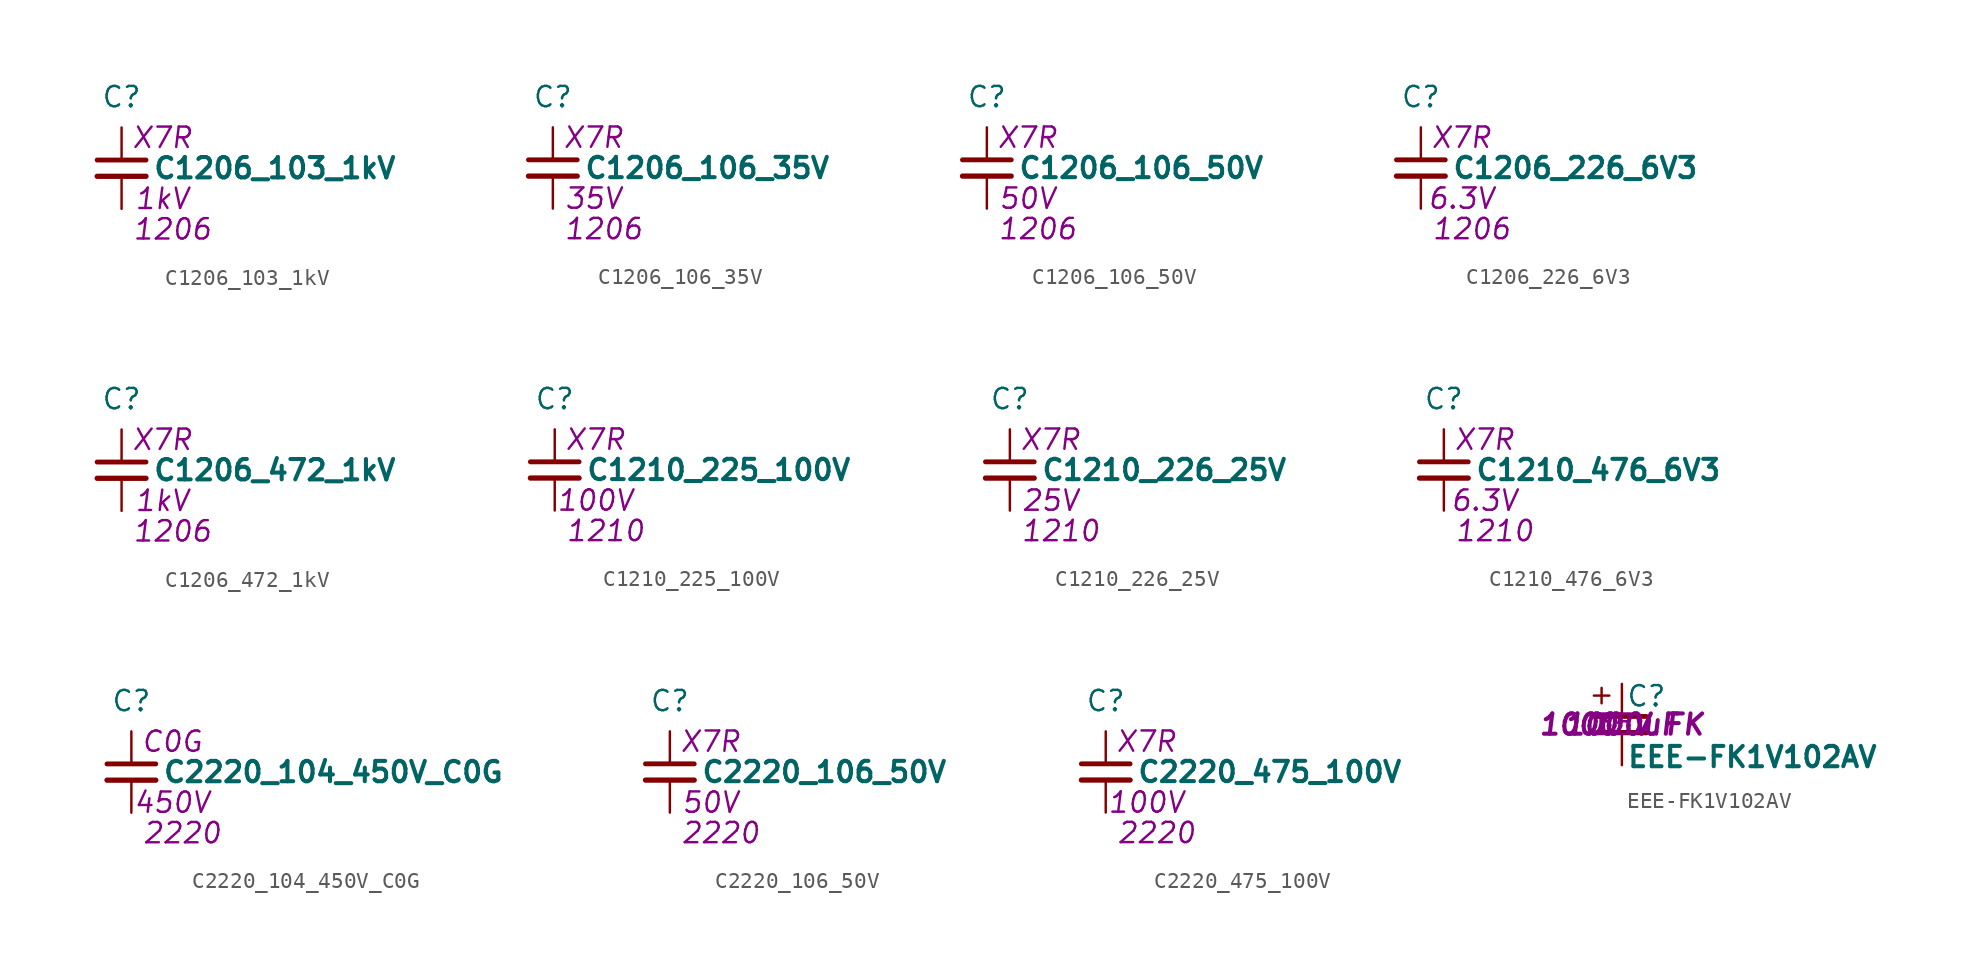
<source format=kicad_sym>
(kicad_symbol_lib
  (version 20211014)
  (generator kicad_symbol_editor)
  (symbol "C1206_103_1kV"
    (pin_numbers hide)
    (pin_names
      (offset 0.254) hide)
    (property "Reference" "C"
      (at 0 4.445 0)
      (effects (font (size 1.27 1.27))))
    (property "Value" "C1206_103_1kV"
      (at 1.905 0 0)
      (effects (font (size 1.27 1.27) bold) (justify left)))
    (property "Case" "1206"
      (at 3.175 -3.81 0)
      (effects (font (size 1.27 1.27) italic)))
    (property "Tc" "X7R"
      (at 2.54 1.905 0)
      (effects (font (size 1.27 1.27) italic)))
    (property "Vmax" "1kV"
      (at 2.54 -1.905 0)
      (effects (font (size 1.27 1.27) italic)))
    (symbol "C1206_103_1kV_0_1"
      (polyline (pts (xy -1.524 -0.508) (xy 1.524 -0.508)) (stroke (width 0.33) (type default) (color 0 0 0 0)) (fill (type none)))
      (polyline (pts (xy -1.524 0.508) (xy 1.524 0.508)) (stroke (width 0.305) (type default) (color 0 0 0 0)) (fill (type none))))
    (symbol "C1206_103_1kV_1_1"
      (pin passive line (at 0 2.54 270) (length 2.032) (name "~" (effects (font (size 1.27 1.27)))) (number "1" (effects (font (size 1.27 1.27)))))
      (pin passive line (at 0 -2.54 90) (length 2.032) (name "~" (effects (font (size 1.27 1.27)))) (number "2" (effects (font (size 1.27 1.27)))))))
  (symbol "C1206_106_35V"
    (pin_numbers hide)
    (pin_names
      (offset 0.254) hide)
    (property "Reference" "C"
      (at 0 4.445 0)
      (effects (font (size 1.27 1.27))))
    (property "Value" "C1206_106_35V"
      (at 1.905 0 0)
      (effects (font (size 1.27 1.27) bold) (justify left)))
    (property "Case" "1206"
      (at 3.175 -3.81 0)
      (effects (font (size 1.27 1.27) italic)))
    (property "Tc" "X7R"
      (at 2.54 1.905 0)
      (effects (font (size 1.27 1.27) italic)))
    (property "Vmax" "35V"
      (at 2.54 -1.905 0)
      (effects (font (size 1.27 1.27) italic)))
    (symbol "C1206_106_35V_0_1"
      (polyline (pts (xy -1.524 -0.508) (xy 1.524 -0.508)) (stroke (width 0.33) (type default) (color 0 0 0 0)) (fill (type none)))
      (polyline (pts (xy -1.524 0.508) (xy 1.524 0.508)) (stroke (width 0.305) (type default) (color 0 0 0 0)) (fill (type none))))
    (symbol "C1206_106_35V_1_1"
      (pin passive line (at 0 2.54 270) (length 2.032) (name "~" (effects (font (size 1.27 1.27)))) (number "1" (effects (font (size 1.27 1.27)))))
      (pin passive line (at 0 -2.54 90) (length 2.032) (name "~" (effects (font (size 1.27 1.27)))) (number "2" (effects (font (size 1.27 1.27)))))))
  (symbol "C1206_106_50V"
    (pin_numbers hide)
    (pin_names
      (offset 0.254) hide)
    (property "Reference" "C"
      (at 0 4.445 0)
      (effects (font (size 1.27 1.27))))
    (property "Value" "C1206_106_50V"
      (at 1.905 0 0)
      (effects (font (size 1.27 1.27) bold) (justify left)))
    (property "Case" "1206"
      (at 3.175 -3.81 0)
      (effects (font (size 1.27 1.27) italic)))
    (property "Tc" "X7R"
      (at 2.54 1.905 0)
      (effects (font (size 1.27 1.27) italic)))
    (property "Vmax" "50V"
      (at 2.54 -1.905 0)
      (effects (font (size 1.27 1.27) italic)))
    (symbol "C1206_106_50V_0_1"
      (polyline (pts (xy -1.524 -0.508) (xy 1.524 -0.508)) (stroke (width 0.33) (type default) (color 0 0 0 0)) (fill (type none)))
      (polyline (pts (xy -1.524 0.508) (xy 1.524 0.508)) (stroke (width 0.305) (type default) (color 0 0 0 0)) (fill (type none))))
    (symbol "C1206_106_50V_1_1"
      (pin passive line (at 0 2.54 270) (length 2.032) (name "~" (effects (font (size 1.27 1.27)))) (number "1" (effects (font (size 1.27 1.27)))))
      (pin passive line (at 0 -2.54 90) (length 2.032) (name "~" (effects (font (size 1.27 1.27)))) (number "2" (effects (font (size 1.27 1.27)))))))
  (symbol "C1206_226_6V3"
    (pin_numbers hide)
    (pin_names
      (offset 0.254) hide)
    (property "Reference" "C"
      (at 0 4.445 0)
      (effects (font (size 1.27 1.27))))
    (property "Value" "C1206_226_6V3"
      (at 1.905 0 0)
      (effects (font (size 1.27 1.27) bold) (justify left)))
    (property "Case" "1206"
      (at 3.175 -3.81 0)
      (effects (font (size 1.27 1.27) italic)))
    (property "Tc" "X7R"
      (at 2.54 1.905 0)
      (effects (font (size 1.27 1.27) italic)))
    (property "Vmax" "6.3V"
      (at 2.54 -1.905 0)
      (effects (font (size 1.27 1.27) italic)))
    (symbol "C1206_226_6V3_0_1"
      (polyline (pts (xy -1.524 -0.508) (xy 1.524 -0.508)) (stroke (width 0.33) (type default) (color 0 0 0 0)) (fill (type none)))
      (polyline (pts (xy -1.524 0.508) (xy 1.524 0.508)) (stroke (width 0.305) (type default) (color 0 0 0 0)) (fill (type none))))
    (symbol "C1206_226_6V3_1_1"
      (pin passive line (at 0 2.54 270) (length 2.032) (name "~" (effects (font (size 1.27 1.27)))) (number "1" (effects (font (size 1.27 1.27)))))
      (pin passive line (at 0 -2.54 90) (length 2.032) (name "~" (effects (font (size 1.27 1.27)))) (number "2" (effects (font (size 1.27 1.27)))))))
  (symbol "C1206_472_1kV"
    (pin_numbers hide)
    (pin_names
      (offset 0.254) hide)
    (property "Reference" "C"
      (at 0 4.445 0)
      (effects (font (size 1.27 1.27))))
    (property "Value" "C1206_472_1kV"
      (at 1.905 0 0)
      (effects (font (size 1.27 1.27) bold) (justify left)))
    (property "Case" "1206"
      (at 3.175 -3.81 0)
      (effects (font (size 1.27 1.27) italic)))
    (property "Tc" "X7R"
      (at 2.54 1.905 0)
      (effects (font (size 1.27 1.27) italic)))
    (property "Vmax" "1kV"
      (at 2.54 -1.905 0)
      (effects (font (size 1.27 1.27) italic)))
    (symbol "C1206_472_1kV_0_1"
      (polyline (pts (xy -1.524 -0.508) (xy 1.524 -0.508)) (stroke (width 0.33) (type default) (color 0 0 0 0)) (fill (type none)))
      (polyline (pts (xy -1.524 0.508) (xy 1.524 0.508)) (stroke (width 0.305) (type default) (color 0 0 0 0)) (fill (type none))))
    (symbol "C1206_472_1kV_1_1"
      (pin passive line (at 0 2.54 270) (length 2.032) (name "~" (effects (font (size 1.27 1.27)))) (number "1" (effects (font (size 1.27 1.27)))))
      (pin passive line (at 0 -2.54 90) (length 2.032) (name "~" (effects (font (size 1.27 1.27)))) (number "2" (effects (font (size 1.27 1.27)))))))
  (symbol "C1210_225_100V"
    (pin_numbers hide)
    (pin_names
      (offset 0.254) hide)
    (property "Reference" "C"
      (at 0 4.445 0)
      (effects (font (size 1.27 1.27))))
    (property "Value" "C1210_225_100V"
      (at 1.905 0 0)
      (effects (font (size 1.27 1.27) bold) (justify left)))
    (property "Case" "1210"
      (at 3.175 -3.81 0)
      (effects (font (size 1.27 1.27) italic)))
    (property "Tc" "X7R"
      (at 2.54 1.905 0)
      (effects (font (size 1.27 1.27) italic)))
    (property "Vmax" "100V"
      (at 2.54 -1.905 0)
      (effects (font (size 1.27 1.27) italic)))
    (symbol "C1210_225_100V_0_1"
      (polyline (pts (xy -1.524 -0.508) (xy 1.524 -0.508)) (stroke (width 0.33) (type default) (color 0 0 0 0)) (fill (type none)))
      (polyline (pts (xy -1.524 0.508) (xy 1.524 0.508)) (stroke (width 0.305) (type default) (color 0 0 0 0)) (fill (type none))))
    (symbol "C1210_225_100V_1_1"
      (pin passive line (at 0 2.54 270) (length 2.032) (name "~" (effects (font (size 1.27 1.27)))) (number "1" (effects (font (size 1.27 1.27)))))
      (pin passive line (at 0 -2.54 90) (length 2.032) (name "~" (effects (font (size 1.27 1.27)))) (number "2" (effects (font (size 1.27 1.27)))))))
  (symbol "C1210_226_25V"
    (pin_numbers hide)
    (pin_names
      (offset 0.254) hide)
    (property "Reference" "C"
      (at 0 4.445 0)
      (effects (font (size 1.27 1.27))))
    (property "Value" "C1210_226_25V"
      (at 1.905 0 0)
      (effects (font (size 1.27 1.27) bold) (justify left)))
    (property "Case" "1210"
      (at 3.175 -3.81 0)
      (effects (font (size 1.27 1.27) italic)))
    (property "Tc" "X7R"
      (at 2.54 1.905 0)
      (effects (font (size 1.27 1.27) italic)))
    (property "Vmax" "25V"
      (at 2.54 -1.905 0)
      (effects (font (size 1.27 1.27) italic)))
    (symbol "C1210_226_25V_0_1"
      (polyline (pts (xy -1.524 -0.508) (xy 1.524 -0.508)) (stroke (width 0.33) (type default) (color 0 0 0 0)) (fill (type none)))
      (polyline (pts (xy -1.524 0.508) (xy 1.524 0.508)) (stroke (width 0.305) (type default) (color 0 0 0 0)) (fill (type none))))
    (symbol "C1210_226_25V_1_1"
      (pin passive line (at 0 2.54 270) (length 2.032) (name "~" (effects (font (size 1.27 1.27)))) (number "1" (effects (font (size 1.27 1.27)))))
      (pin passive line (at 0 -2.54 90) (length 2.032) (name "~" (effects (font (size 1.27 1.27)))) (number "2" (effects (font (size 1.27 1.27)))))))
  (symbol "C1210_476_6V3"
    (pin_numbers hide)
    (pin_names
      (offset 0.254) hide)
    (property "Reference" "C"
      (at 0 4.445 0)
      (effects (font (size 1.27 1.27))))
    (property "Value" "C1210_476_6V3"
      (at 1.905 0 0)
      (effects (font (size 1.27 1.27) bold) (justify left)))
    (property "Case" "1210"
      (at 3.175 -3.81 0)
      (effects (font (size 1.27 1.27) italic)))
    (property "Tc" "X7R"
      (at 2.54 1.905 0)
      (effects (font (size 1.27 1.27) italic)))
    (property "Vmax" "6.3V"
      (at 2.54 -1.905 0)
      (effects (font (size 1.27 1.27) italic)))
    (symbol "C1210_476_6V3_0_1"
      (polyline (pts (xy -1.524 -0.508) (xy 1.524 -0.508)) (stroke (width 0.33) (type default) (color 0 0 0 0)) (fill (type none)))
      (polyline (pts (xy -1.524 0.508) (xy 1.524 0.508)) (stroke (width 0.305) (type default) (color 0 0 0 0)) (fill (type none))))
    (symbol "C1210_476_6V3_1_1"
      (pin passive line (at 0 2.54 270) (length 2.032) (name "~" (effects (font (size 1.27 1.27)))) (number "1" (effects (font (size 1.27 1.27)))))
      (pin passive line (at 0 -2.54 90) (length 2.032) (name "~" (effects (font (size 1.27 1.27)))) (number "2" (effects (font (size 1.27 1.27)))))))
  (symbol "C2220_104_450V_C0G"
    (pin_numbers hide)
    (pin_names
      (offset 0.254) hide)
    (property "Reference" "C"
      (at 0 4.445 0)
      (effects (font (size 1.27 1.27))))
    (property "Value" "C2220_104_450V_C0G"
      (at 1.905 0 0)
      (effects (font (size 1.27 1.27) bold) (justify left)))
    (property "Case" "2220"
      (at 3.175 -3.81 0)
      (effects (font (size 1.27 1.27) italic)))
    (property "Tc" "C0G"
      (at 2.54 1.905 0)
      (effects (font (size 1.27 1.27) italic)))
    (property "Vmax" "450V"
      (at 2.54 -1.905 0)
      (effects (font (size 1.27 1.27) italic)))
    (symbol "C2220_104_450V_C0G_0_1"
      (polyline (pts (xy -1.524 -0.508) (xy 1.524 -0.508)) (stroke (width 0.33) (type default) (color 0 0 0 0)) (fill (type none)))
      (polyline (pts (xy -1.524 0.508) (xy 1.524 0.508)) (stroke (width 0.305) (type default) (color 0 0 0 0)) (fill (type none))))
    (symbol "C2220_104_450V_C0G_1_1"
      (pin passive line (at 0 2.54 270) (length 2.032) (name "~" (effects (font (size 1.27 1.27)))) (number "1" (effects (font (size 1.27 1.27)))))
      (pin passive line (at 0 -2.54 90) (length 2.032) (name "~" (effects (font (size 1.27 1.27)))) (number "2" (effects (font (size 1.27 1.27)))))))
  (symbol "C2220_106_50V"
    (pin_numbers hide)
    (pin_names
      (offset 0.254) hide)
    (property "Reference" "C"
      (at 0 4.445 0)
      (effects (font (size 1.27 1.27))))
    (property "Value" "C2220_106_50V"
      (at 1.905 0 0)
      (effects (font (size 1.27 1.27) bold) (justify left)))
    (property "Case" "2220"
      (at 3.175 -3.81 0)
      (effects (font (size 1.27 1.27) italic)))
    (property "Tc" "X7R"
      (at 2.54 1.905 0)
      (effects (font (size 1.27 1.27) italic)))
    (property "Vmax" "50V"
      (at 2.54 -1.905 0)
      (effects (font (size 1.27 1.27) italic)))
    (symbol "C2220_106_50V_0_1"
      (polyline (pts (xy -1.524 -0.508) (xy 1.524 -0.508)) (stroke (width 0.33) (type default) (color 0 0 0 0)) (fill (type none)))
      (polyline (pts (xy -1.524 0.508) (xy 1.524 0.508)) (stroke (width 0.305) (type default) (color 0 0 0 0)) (fill (type none))))
    (symbol "C2220_106_50V_1_1"
      (pin passive line (at 0 2.54 270) (length 2.032) (name "~" (effects (font (size 1.27 1.27)))) (number "1" (effects (font (size 1.27 1.27)))))
      (pin passive line (at 0 -2.54 90) (length 2.032) (name "~" (effects (font (size 1.27 1.27)))) (number "2" (effects (font (size 1.27 1.27)))))))
  (symbol "C2220_475_100V"
    (pin_numbers hide)
    (pin_names
      (offset 0.254) hide)
    (property "Reference" "C"
      (at 0 4.445 0)
      (effects (font (size 1.27 1.27))))
    (property "Value" "C2220_475_100V"
      (at 1.905 0 0)
      (effects (font (size 1.27 1.27) bold) (justify left)))
    (property "Case" "2220"
      (at 3.175 -3.81 0)
      (effects (font (size 1.27 1.27) italic)))
    (property "Tc" "X7R"
      (at 2.54 1.905 0)
      (effects (font (size 1.27 1.27) italic)))
    (property "Vmax" "100V"
      (at 2.54 -1.905 0)
      (effects (font (size 1.27 1.27) italic)))
    (symbol "C2220_475_100V_0_1"
      (polyline (pts (xy -1.524 -0.508) (xy 1.524 -0.508)) (stroke (width 0.33) (type default) (color 0 0 0 0)) (fill (type none)))
      (polyline (pts (xy -1.524 0.508) (xy 1.524 0.508)) (stroke (width 0.305) (type default) (color 0 0 0 0)) (fill (type none))))
    (symbol "C2220_475_100V_1_1"
      (pin passive line (at 0 2.54 270) (length 2.032) (name "~" (effects (font (size 1.27 1.27)))) (number "1" (effects (font (size 1.27 1.27)))))
      (pin passive line (at 0 -2.54 90) (length 2.032) (name "~" (effects (font (size 1.27 1.27)))) (number "2" (effects (font (size 1.27 1.27)))))))
  (symbol "EEE-FK1V102AV"
    (pin_numbers hide)
    (pin_names
      (offset 0.254) hide)
    (property "Reference" "C"
      (at 0.254 1.778 0)
      (effects (font (size 1.27 1.27)) (justify left)))
    (property "Value" "EEE-FK1V102AV"
      (at 0.254 -2.032 0)
      (effects (font (size 1.27 1.27) bold) (justify left)))
    (property "Cap" "1000uF"
      (at 0 0 0)
      (effects (font (size 1.27 1.27) bold italic)))
    (property "Vmax" "35V"
      (at 0 0 0)
      (effects (font (size 1.27 1.27) italic)))
    (property "Mark" "1000 V FK"
      (at 0 0 0)
      (effects (font (size 1.27 1.27) bold italic)))
    (symbol "EEE-FK1V102AV_0_0"
      (text "+" (at -1.27 1.905 0) (effects (font (size 1.27 1.27)))))
    (symbol "EEE-FK1V102AV_0_1"
      (polyline (pts (xy -1.524 -0.508) (xy 1.524 -0.508)) (stroke (width 0.33) (type default) (color 0 0 0 0)) (fill (type none)))
      (polyline (pts (xy -1.524 0.508) (xy 1.524 0.508)) (stroke (width 0.305) (type default) (color 0 0 0 0)) (fill (type none))))
    (symbol "EEE-FK1V102AV_1_1"
      (pin passive line (at 0 2.54 270) (length 2.032) (name "~" (effects (font (size 1.27 1.27)))) (number "1" (effects (font (size 1.27 1.27)))))
      (pin passive line (at 0 -2.54 90) (length 2.032) (name "~" (effects (font (size 1.27 1.27)))) (number "2" (effects (font (size 1.27 1.27))))))))
</source>
